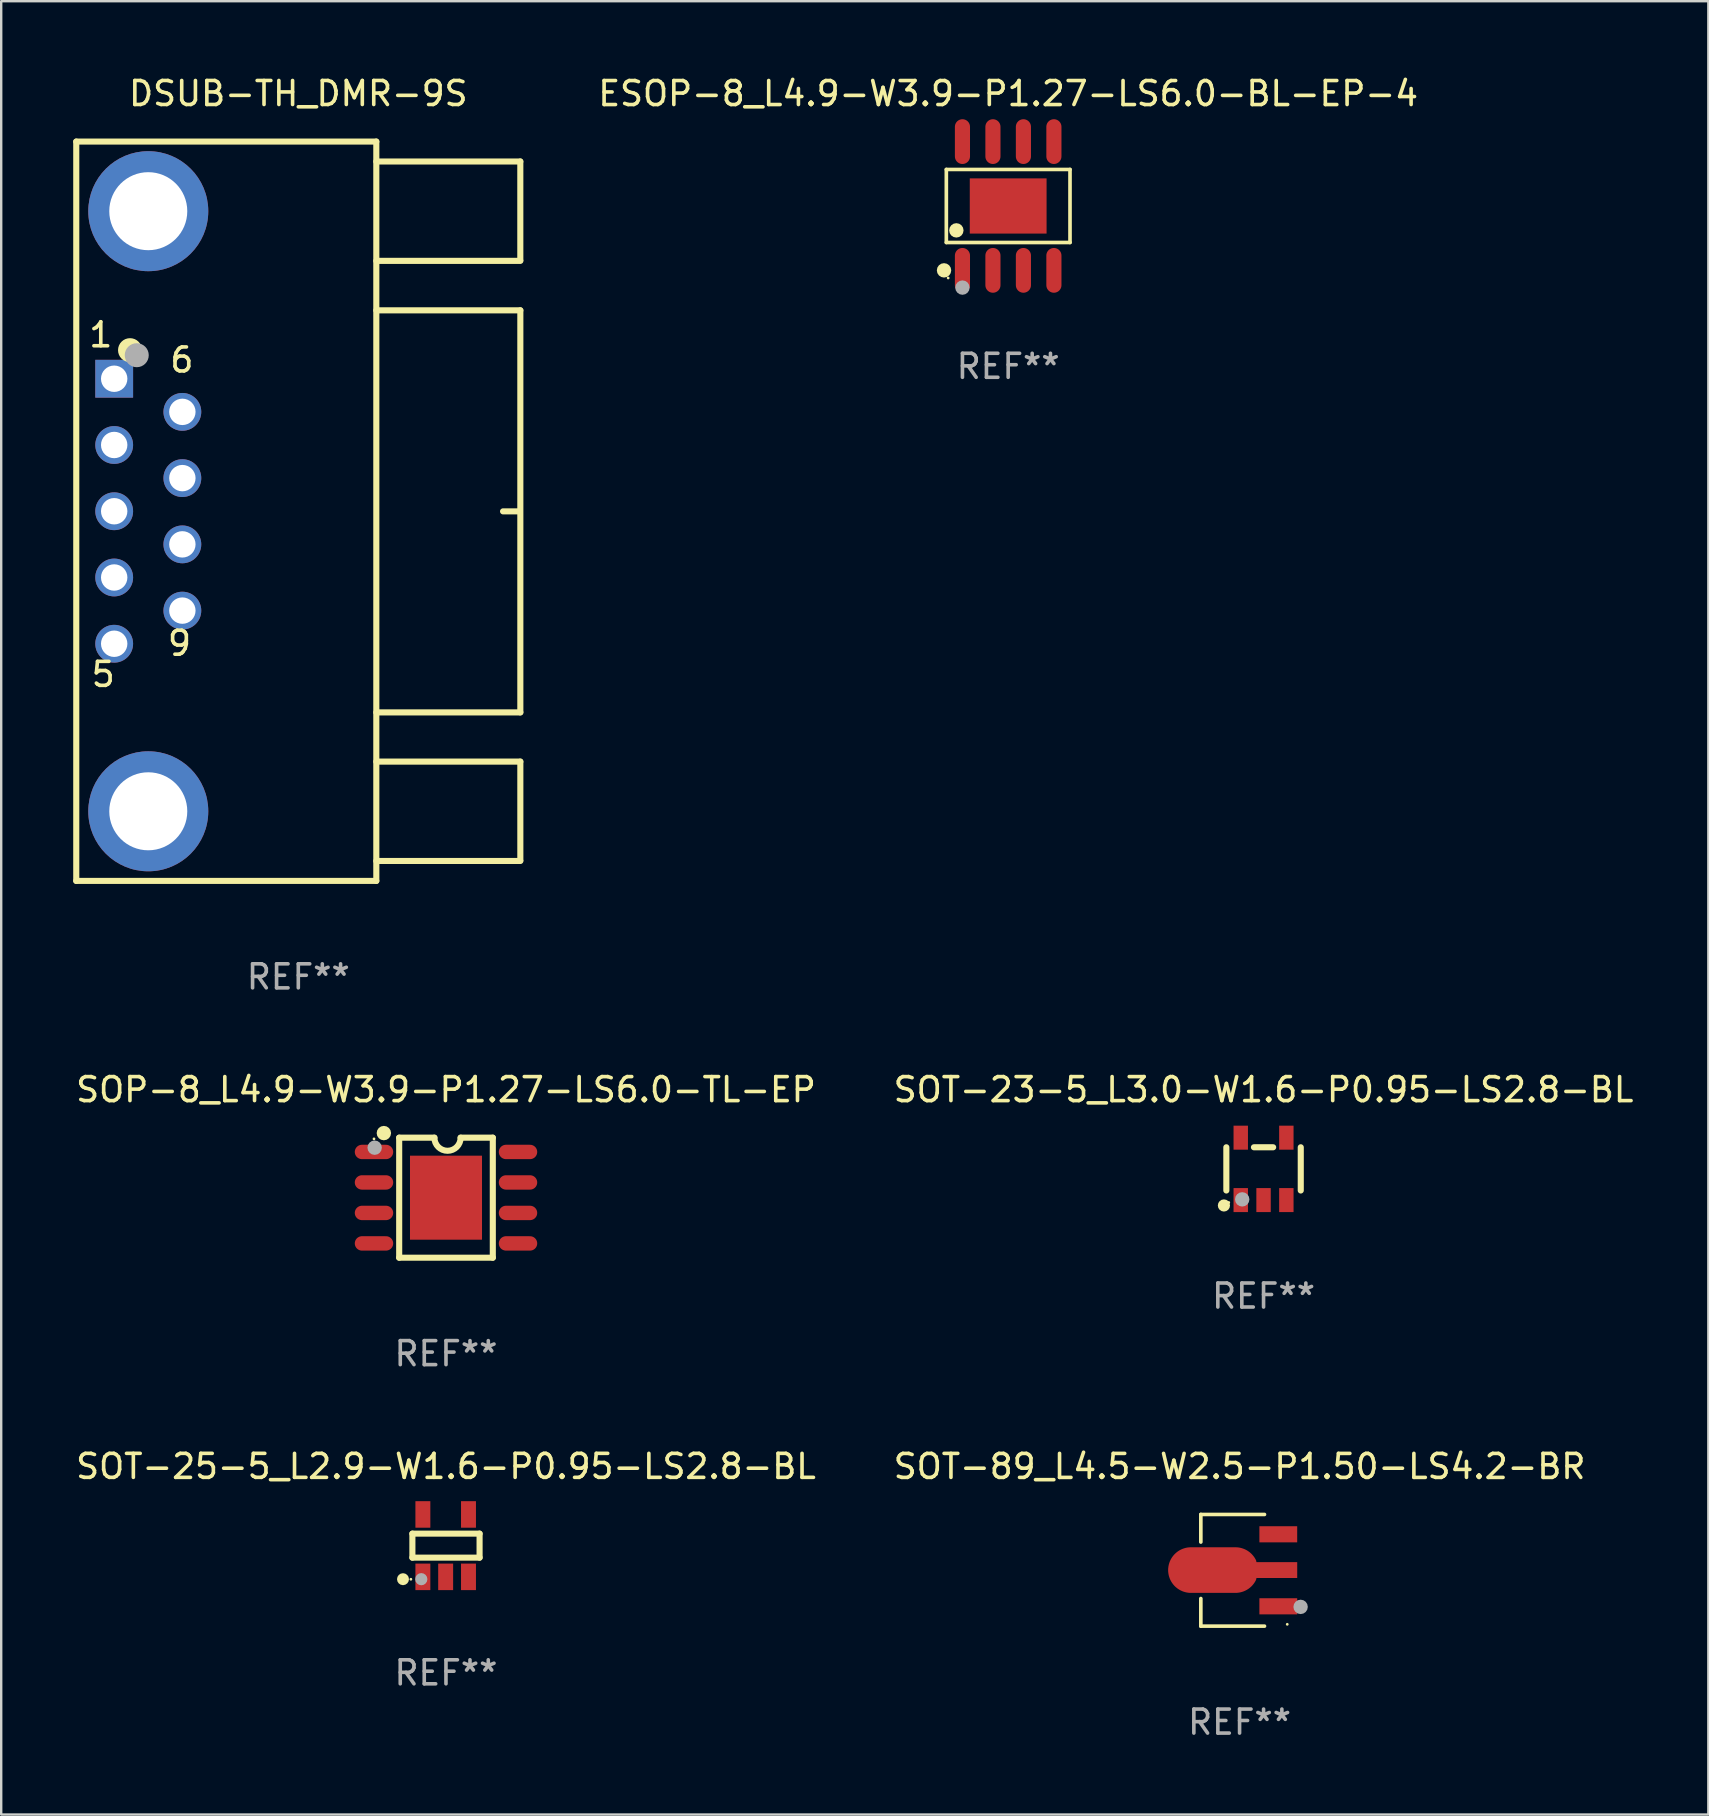
<source format=kicad_pcb>
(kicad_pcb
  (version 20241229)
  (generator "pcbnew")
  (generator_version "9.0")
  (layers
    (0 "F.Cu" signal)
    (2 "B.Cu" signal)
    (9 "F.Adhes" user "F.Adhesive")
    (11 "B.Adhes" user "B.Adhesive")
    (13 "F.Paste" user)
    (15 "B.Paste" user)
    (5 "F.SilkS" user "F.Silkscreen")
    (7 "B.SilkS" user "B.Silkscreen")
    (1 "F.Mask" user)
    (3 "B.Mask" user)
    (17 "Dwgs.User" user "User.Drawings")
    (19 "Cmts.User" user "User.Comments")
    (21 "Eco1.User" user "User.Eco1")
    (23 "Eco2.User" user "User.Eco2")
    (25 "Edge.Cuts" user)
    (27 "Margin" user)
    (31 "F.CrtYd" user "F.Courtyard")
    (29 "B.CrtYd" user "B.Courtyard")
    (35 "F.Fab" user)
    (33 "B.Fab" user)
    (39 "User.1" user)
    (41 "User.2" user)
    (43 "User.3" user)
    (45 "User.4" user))
  (footprint "SOP-8_L4.9-W3.9-P1.27-LS6.0-TL-EP"
    (layer "F.Cu")
    (at 15.53 46.845)
    (property "Reference" "SOP-8_L4.9-W3.9-P1.27-LS6.0-TL-EP" (at 0 -4.5 0) (layer "F.SilkS") (effects (font (size 1 1) (thickness 0.15))))
    (attr through_hole)
    (fp_line (start -1.95 -2.5) (end -0.483 -2.5) (stroke (width 0.254) (type solid)) (layer "F.SilkS"))
    (fp_line (start -1.95 2.5) (end -1.95 -2.5) (stroke (width 0.254) (type solid)) (layer "F.SilkS"))
    (fp_line (start -1.95 2.5) (end 1.95 2.5) (stroke (width 0.254) (type solid)) (layer "F.SilkS"))
    (fp_line (start 1.95 -2.5) (end 0.609 -2.5) (stroke (width 0.254) (type solid)) (layer "F.SilkS"))
    (fp_line (start 1.95 2.5) (end 1.95 -2.5) (stroke (width 0.254) (type solid)) (layer "F.SilkS"))
    (fp_arc (start -2.438532 -2.689942) (mid -2.738551 -2.691422) (end -2.438529 -2.692063) (stroke (width 0.3) (type solid)) (layer "F.SilkS"))
    (fp_arc (start 0.609474 -2.500076) (mid 0.06369 -1.953658) (end -0.482728 -2.499442) (stroke (width 0.254001) (type solid)) (layer "F.SilkS"))
    (fp_circle (center -3 -2.45) (end -2.97 -2.45) (stroke (width 0.06) (type solid)) (fill no) (layer "F.SilkS"))
    (fp_circle (center -2.972 -2.083) (end -2.822 -2.083) (stroke (width 0.3) (type solid)) (fill no) (layer "F.Fab"))
    (fp_text user "REF**" (at 0 6.5 0) (layer "F.Fab") (effects (font (size 1 1) (thickness 0.15))))
    (pad "1" smd oval (at -3 -1.905) (size 1.6 0.6) (layers "F.Cu" "F.Mask" "F.Paste"))
    (pad "2" smd oval (at -3 -0.635) (size 1.6 0.6) (layers "F.Cu" "F.Mask" "F.Paste"))
    (pad "3" smd oval (at -3 0.635) (size 1.6 0.6) (layers "F.Cu" "F.Mask" "F.Paste"))
    (pad "4" smd oval (at -3 1.905) (size 1.6 0.6) (layers "F.Cu" "F.Mask" "F.Paste"))
    (pad "5" smd oval (at 3 1.905) (size 1.6 0.6) (layers "F.Cu" "F.Mask" "F.Paste"))
    (pad "6" smd oval (at 3 0.635) (size 1.6 0.6) (layers "F.Cu" "F.Mask" "F.Paste"))
    (pad "7" smd oval (at 3 -0.635) (size 1.6 0.6) (layers "F.Cu" "F.Mask" "F.Paste"))
    (pad "8" smd oval (at 3 -1.905) (size 1.6 0.6) (layers "F.Cu" "F.Mask" "F.Paste"))
    (pad "9" smd rect (at 0 0) (size 3 3.5) (layers "F.Cu" "F.Mask" "F.Paste")))
  (footprint "SOT-25-5_L2.9-W1.6-P0.95-LS2.8-BL"
    (layer "F.Cu")
    (at 15.517 61.341)
    (property "Reference" "SOT-25-5_L2.9-W1.6-P0.95-LS2.8-BL" (at 0.012 -3.3 0) (layer "F.SilkS") (effects (font (size 1 1) (thickness 0.15))))
    (attr through_hole)
    (fp_line (start -1.387 -0.5) (end 1.412 -0.5) (stroke (width 0.254) (type solid)) (layer "F.SilkS"))
    (fp_line (start -1.387 0.5) (end -1.387 -0.5) (stroke (width 0.254) (type solid)) (layer "F.SilkS"))
    (fp_line (start 1.412 -0.5) (end 1.412 0.5) (stroke (width 0.254) (type solid)) (layer "F.SilkS"))
    (fp_line (start 1.412 0.5) (end -1.387 0.5) (stroke (width 0.254) (type solid)) (layer "F.SilkS"))
    (fp_arc (start -1.779578 1.521463) (mid -1.778282 1.272549) (end -1.777089 1.521464) (stroke (width 0.24892) (type solid)) (layer "F.SilkS"))
    (fp_circle (center -1.45 1.4) (end -1.42 1.4) (stroke (width 0.06) (type solid)) (fill no) (layer "F.SilkS"))
    (fp_circle (center -1.016 1.397) (end -0.889 1.397) (stroke (width 0.254) (type solid)) (fill no) (layer "F.Fab"))
    (fp_text user "REF**" (at 0.012 5.3 0) (layer "F.Fab") (effects (font (size 1 1) (thickness 0.15))))
    (pad "1" smd rect (at -0.95 1.3) (size 0.622 1.105) (layers "F.Cu" "F.Mask" "F.Paste"))
    (pad "2" smd rect (at -0.001 1.3) (size 0.622 1.105) (layers "F.Cu" "F.Mask" "F.Paste"))
    (pad "3" smd rect (at 0.95 1.3) (size 0.622 1.105) (layers "F.Cu" "F.Mask" "F.Paste"))
    (pad "4" smd rect (at 0.95 -1.3) (size 0.622 1.105) (layers "F.Cu" "F.Mask" "F.Paste"))
    (pad "5" smd rect (at -0.95 -1.3) (size 0.622 1.105) (layers "F.Cu" "F.Mask" "F.Paste")))
  (footprint "ESOP-8_L4.9-W3.9-P1.27-LS6.0-BL-EP-4"
    (layer "F.Cu")
    (at 38.95 5.531)
    (property "Reference" "ESOP-8_L4.9-W3.9-P1.27-LS6.0-BL-EP-4" (at 0 -4.682 0) (layer "F.SilkS") (effects (font (size 1 1) (thickness 0.15))))
    (attr through_hole)
    (fp_line (start -2.576 -1.521) (end 2.576 -1.521) (stroke (width 0.152) (type solid)) (layer "F.SilkS"))
    (fp_line (start -2.576 1.521) (end -2.576 -1.521) (stroke (width 0.152) (type solid)) (layer "F.SilkS"))
    (fp_line (start 2.576 -1.521) (end 2.576 1.521) (stroke (width 0.152) (type solid)) (layer "F.SilkS"))
    (fp_line (start 2.576 1.521) (end -2.576 1.521) (stroke (width 0.152) (type solid)) (layer "F.SilkS"))
    (fp_circle (center -2.672 2.682) (end -2.522 2.682) (stroke (width 0.3) (type solid)) (fill no) (layer "F.SilkS"))
    (fp_circle (center -2.5 3) (end -2.47 3) (stroke (width 0.06) (type solid)) (fill no) (layer "F.SilkS"))
    (fp_circle (center -2.159 1.016) (end -2.009 1.016) (stroke (width 0.3) (type solid)) (fill no) (layer "F.SilkS"))
    (fp_circle (center -1.905 3.4) (end -1.755 3.4) (stroke (width 0.3) (type solid)) (fill no) (layer "F.Fab"))
    (fp_text user "REF**" (at 0 6.682 0) (layer "F.Fab") (effects (font (size 1 1) (thickness 0.15))))
    (pad "1" smd oval (at -1.905 2.682) (size 0.63 1.865) (layers "F.Cu" "F.Mask" "F.Paste"))
    (pad "2" smd oval (at -0.635 2.682) (size 0.63 1.865) (layers "F.Cu" "F.Mask" "F.Paste"))
    (pad "3" smd oval (at 0.635 2.682) (size 0.63 1.865) (layers "F.Cu" "F.Mask" "F.Paste"))
    (pad "4" smd oval (at 1.905 2.682) (size 0.63 1.865) (layers "F.Cu" "F.Mask" "F.Paste"))
    (pad "5" smd oval (at 1.905 -2.682) (size 0.63 1.865) (layers "F.Cu" "F.Mask" "F.Paste"))
    (pad "6" smd oval (at 0.635 -2.682) (size 0.63 1.865) (layers "F.Cu" "F.Mask" "F.Paste"))
    (pad "7" smd oval (at -0.635 -2.682) (size 0.63 1.865) (layers "F.Cu" "F.Mask" "F.Paste"))
    (pad "8" smd oval (at -1.905 -2.682) (size 0.63 1.865) (layers "F.Cu" "F.Mask" "F.Paste"))
    (pad "9" smd rect (at 0 0) (size 3.2 2.3) (layers "F.Cu" "F.Mask" "F.Paste")))
  (footprint "SOT-23-5_L3.0-W1.6-P0.95-LS2.8-BL"
    (layer "F.Cu")
    (at 49.589 45.645)
    (property "Reference" "SOT-23-5_L3.0-W1.6-P0.95-LS2.8-BL" (at -0.000025 -3.3 0) (layer "F.SilkS") (effects (font (size 1 1) (thickness 0.15))))
    (attr through_hole)
    (fp_line (start -1.55 -0.9) (end -1.55 0.9) (stroke (width 0.254) (type solid)) (layer "F.SilkS"))
    (fp_line (start -0.4 -0.9) (end 0.4 -0.9) (stroke (width 0.254) (type solid)) (layer "F.SilkS"))
    (fp_line (start 1.55 -0.9) (end 1.55 0.9) (stroke (width 0.254) (type solid)) (layer "F.SilkS"))
    (fp_circle (center -1.651 1.524) (end -1.524 1.524) (stroke (width 0.254) (type solid)) (fill no) (layer "F.SilkS"))
    (fp_circle (center -1.45 1.4) (end -1.42 1.4) (stroke (width 0.06) (type solid)) (fill no) (layer "F.SilkS"))
    (fp_circle (center -0.889 1.27) (end -0.739 1.27) (stroke (width 0.3) (type solid)) (fill no) (layer "F.Fab"))
    (fp_text user "REF**" (at -0.000025 5.3 0) (layer "F.Fab") (effects (font (size 1 1) (thickness 0.15))))
    (pad "1" smd rect (at -0.95 1.3 270) (size 1 0.6) (layers "F.Cu" "F.Mask" "F.Paste"))
    (pad "2" smd rect (at 0 1.3 270) (size 1 0.6) (layers "F.Cu" "F.Mask" "F.Paste"))
    (pad "3" smd rect (at 0.95 1.3 270) (size 1 0.6) (layers "F.Cu" "F.Mask" "F.Paste"))
    (pad "4" smd rect (at 0.95 -1.3 270) (size 1 0.6) (layers "F.Cu" "F.Mask" "F.Paste"))
    (pad "5" smd rect (at -0.95 -1.3 270) (size 1 0.6) (layers "F.Cu" "F.Mask" "F.Paste")))
  (footprint "DSUB-TH_DMR-9S"
    (layer "F.Cu")
    (at 3.127 18.248)
    (property "Reference" "DSUB-TH_DMR-9S" (at 6.25 -17.4 0) (layer "F.SilkS") (effects (font (size 1 1) (thickness 0.15))))
    (attr through_hole)
    (fp_line (start -3 -15.4) (end 9.5 -15.4) (stroke (width 0.254) (type solid)) (layer "F.SilkS"))
    (fp_line (start -3 15.4) (end -3 -15.4) (stroke (width 0.254) (type solid)) (layer "F.SilkS"))
    (fp_line (start 9.5 -14.57) (end 15.499 -14.57) (stroke (width 0.254) (type solid)) (layer "F.SilkS"))
    (fp_line (start 9.5 -15.4) (end 9.5 15.4) (stroke (width 0.254) (type solid)) (layer "F.SilkS"))
    (fp_line (start 9.5 -10.43) (end 15.5 -10.43) (stroke (width 0.254) (type solid)) (layer "F.SilkS"))
    (fp_line (start 9.5 -8.37) (end 15.5 -8.37) (stroke (width 0.254) (type solid)) (layer "F.SilkS"))
    (fp_line (start 9.5 14.57) (end 15.5 14.57) (stroke (width 0.254) (type solid)) (layer "F.SilkS"))
    (fp_line (start 9.5 15.4) (end -3 15.4) (stroke (width 0.254) (type solid)) (layer "F.SilkS"))
    (fp_line (start 14.78 0.005) (end 15.48 0.005) (stroke (width 0.254) (type solid)) (layer "F.SilkS"))
    (fp_line (start 15.499 -14.57) (end 15.499 -10.46) (stroke (width 0.254) (type solid)) (layer "F.SilkS"))
    (fp_line (start 15.5 -8.37) (end 15.5 8.38) (stroke (width 0.254) (type solid)) (layer "F.SilkS"))
    (fp_line (start 15.5 8.38) (end 9.5 8.38) (stroke (width 0.254) (type solid)) (layer "F.SilkS"))
    (fp_line (start 15.5 10.43) (end 9.5 10.43) (stroke (width 0.254) (type solid)) (layer "F.SilkS"))
    (fp_line (start 15.5 14.54) (end 15.5 10.43) (stroke (width 0.254) (type solid)) (layer "F.SilkS"))
    (fp_circle (center -2.75 -15.41) (end -2.72 -15.41) (stroke (width 0.06) (type solid)) (fill no) (layer "F.SilkS"))
    (fp_circle (center -0.76 -6.71) (end -0.51 -6.71) (stroke (width 0.5) (type solid)) (fill no) (layer "F.SilkS"))
    (fp_circle (center -0.48 -6.5) (end -0.23 -6.5) (stroke (width 0.5) (type solid)) (fill no) (layer "F.Fab"))
    (fp_text user "1" (at -1.979 -7.349 0) (layer "F.SilkS") (effects (font (size 1 1) (thickness 0.15))))
    (fp_text user "5" (at -1.877 6.799 0) (layer "F.SilkS") (effects (font (size 1 1) (thickness 0.15))))
    (fp_text user "6" (at 1.4 -6.3 0) (layer "F.SilkS") (effects (font (size 1 1) (thickness 0.15))))
    (fp_text user "9" (at 1.3 5.5 0) (layer "F.SilkS") (effects (font (size 1 1) (thickness 0.15))))
    (fp_text user "REF**" (at 6.25 19.4 0) (layer "F.Fab") (effects (font (size 1 1) (thickness 0.15))))
    (pad "1" thru_hole rect (at -1.42 -5.52 90) (size 1.575 1.575) (drill 1.1) (layers "*.Cu" "*.Mask"))
    (pad "2" thru_hole circle (at -1.42 -2.76) (size 1.575 1.575) (drill 1.1) (layers "*.Cu" "*.Mask"))
    (pad "3" thru_hole circle (at -1.42 0.000127) (size 1.575 1.575) (drill 1.1) (layers "*.Cu" "*.Mask"))
    (pad "4" thru_hole circle (at -1.42 2.76) (size 1.575 1.575) (drill 1.1) (layers "*.Cu" "*.Mask"))
    (pad "5" thru_hole circle (at -1.42 5.52) (size 1.575 1.575) (drill 1.1) (layers "*.Cu" "*.Mask"))
    (pad "6" thru_hole circle (at 1.42 -4.14) (size 1.575 1.575) (drill 1.1) (layers "*.Cu" "*.Mask"))
    (pad "7" thru_hole circle (at 1.42 -1.38) (size 1.575 1.575) (drill 1.1) (layers "*.Cu" "*.Mask"))
    (pad "8" thru_hole circle (at 1.42 1.38) (size 1.575 1.575) (drill 1.1) (layers "*.Cu" "*.Mask"))
    (pad "9" thru_hole circle (at 1.42 4.14) (size 1.575 1.575) (drill 1.1) (layers "*.Cu" "*.Mask"))
    (pad "10" thru_hole circle (at -0.000127 -12.5) (size 5 5) (drill 3.25) (layers "*.Cu" "*.Mask"))
    (pad "11" thru_hole circle (at -0.000127 12.5) (size 5 5) (drill 3.25) (layers "*.Cu" "*.Mask")))
  (footprint "SOT-89_L4.5-W2.5-P1.50-LS4.2-BR"
    (layer "F.Cu")
    (at 48.847 62.368)
    (property "Reference" "SOT-89_L4.5-W2.5-P1.50-LS4.2-BR" (at -0.257 -4.326 0) (layer "F.SilkS") (effects (font (size 1 1) (thickness 0.15))))
    (attr through_hole)
    (fp_line (start -1.871 -2.326) (end -1.871 -1.177) (stroke (width 0.152) (type solid)) (layer "F.SilkS"))
    (fp_line (start -1.871 2.326) (end -1.871 1.177) (stroke (width 0.152) (type solid)) (layer "F.SilkS"))
    (fp_line (start 0.781 -2.326) (end -1.871 -2.326) (stroke (width 0.152) (type solid)) (layer "F.SilkS"))
    (fp_line (start 0.781 2.326) (end -1.871 2.326) (stroke (width 0.152) (type solid)) (layer "F.SilkS"))
    (fp_circle (center 1.729 2.25) (end 1.759 2.25) (stroke (width 0.06) (type solid)) (fill no) (layer "F.SilkS"))
    (fp_circle (center 2.286 1.524) (end 2.436 1.524) (stroke (width 0.3) (type solid)) (fill no) (layer "F.Fab"))
    (fp_text user "REF**" (at -0.257 6.326 0) (layer "F.Fab") (effects (font (size 1 1) (thickness 0.15))))
    (pad "1" smd rect (at 1.356 1.5) (size 1.575 0.672) (layers "F.Cu" "F.Mask" "F.Paste"))
    (pad "2" smd custom (at -1.356 -0.009) (size 0.1 0.1) (layers "F.Cu" "F.Mask" "F.Paste") (options (anchor circle)) (primitives (gr_poly (pts (xy -0.927 -0.95) (xy 0.927 -0.95) (xy 0.972 -0.949) (xy 1.016 -0.946) (xy 1.06 -0.941) (xy 1.104 -0.934) (xy 1.148 -0.924) (xy 1.191 -0.913) (xy 1.233 -0.899) (xy 1.275 -0.884) (xy 1.316 -0.867) (xy 1.357 -0.848) (xy 1.396 -0.827) (xy 1.434 -0.804) (xy 1.471 -0.779) (xy 1.507 -0.753) (xy 1.542 -0.725) (xy 1.575 -0.695) (xy 1.607 -0.664) (xy 1.637 -0.631) (xy 1.666 -0.597) (xy 1.693 -0.562) (xy 1.719 -0.526) (xy 1.742 -0.488) (xy 1.764 -0.449) (xy 1.785 -0.409) (xy 1.803 -0.33) (xy 3.5 -0.33) (xy 3.5 0.33) (xy 1.803 0.33) (xy 1.785 0.409) (xy 1.764 0.449) (xy 1.742 0.488) (xy 1.719 0.525) (xy 1.693 0.562) (xy 1.666 0.597) (xy 1.637 0.631) (xy 1.607 0.664) (xy 1.575 0.695) (xy 1.542 0.724) (xy 1.507 0.752) (xy 1.471 0.779) (xy 1.434 0.803) (xy 1.396 0.826) (xy 1.357 0.847) (xy 1.316 0.866) (xy 1.275 0.884) (xy 1.233 0.899) (xy 1.191 0.912) (xy 1.148 0.924) (xy 1.104 0.933) (xy 1.06 0.94) (xy 1.016 0.946) (xy 0.972 0.949) (xy 0.927 0.95) (xy -0.927 0.95) (xy -0.972 0.949) (xy -1.016 0.946) (xy -1.06 0.94) (xy -1.104 0.933) (xy -1.148 0.924) (xy -1.191 0.912) (xy -1.233 0.899) (xy -1.275 0.884) (xy -1.316 0.866) (xy -1.356 0.847) (xy -1.396 0.826) (xy -1.434 0.803) (xy -1.471 0.779) (xy -1.507 0.752) (xy -1.541 0.724) (xy -1.575 0.695) (xy -1.607 0.664) (xy -1.637 0.631) (xy -1.666 0.597) (xy -1.693 0.562) (xy -1.718 0.525) (xy -1.742 0.488) (xy -1.764 0.449) (xy -1.784 0.409) (xy -1.803 0.369) (xy -1.819 0.327) (xy -1.833 0.285) (xy -1.846 0.242) (xy -1.856 0.199) (xy -1.864 0.155) (xy -1.87 0.111) (xy -1.875 0.067) (xy -1.877 0.022) (xy -1.877 -0.022) (xy -1.875 -0.067) (xy -1.87 -0.111) (xy -1.864 -0.155) (xy -1.856 -0.199) (xy -1.846 -0.242) (xy -1.833 -0.285) (xy -1.819 -0.327) (xy -1.803 -0.369) (xy -1.784 -0.409) (xy -1.764 -0.449) (xy -1.742 -0.488) (xy -1.718 -0.526) (xy -1.693 -0.562) (xy -1.666 -0.597) (xy -1.637 -0.631) (xy -1.607 -0.664) (xy -1.575 -0.695) (xy -1.541 -0.725) (xy -1.507 -0.753) (xy -1.471 -0.779) (xy -1.434 -0.804) (xy -1.396 -0.827) (xy -1.356 -0.848) (xy -1.316 -0.867) (xy -1.275 -0.884) (xy -1.233 -0.899) (xy -1.191 -0.913) (xy -1.148 -0.924) (xy -1.104 -0.934) (xy -1.06 -0.941) (xy -1.016 -0.946) (xy -0.972 -0.949) (xy -0.927 -0.95)) (width 0) (fill yes))))
    (pad "3" smd rect (at 1.356 -1.5) (size 1.575 0.672) (layers "F.Cu" "F.Mask" "F.Paste")))
  (gr_rect
    (start -3 -3)
    (end 68.119 72.542)
    (stroke (width 0.1) (type default))
    (fill no)
    (layer "Edge.Cuts")))
</source>
